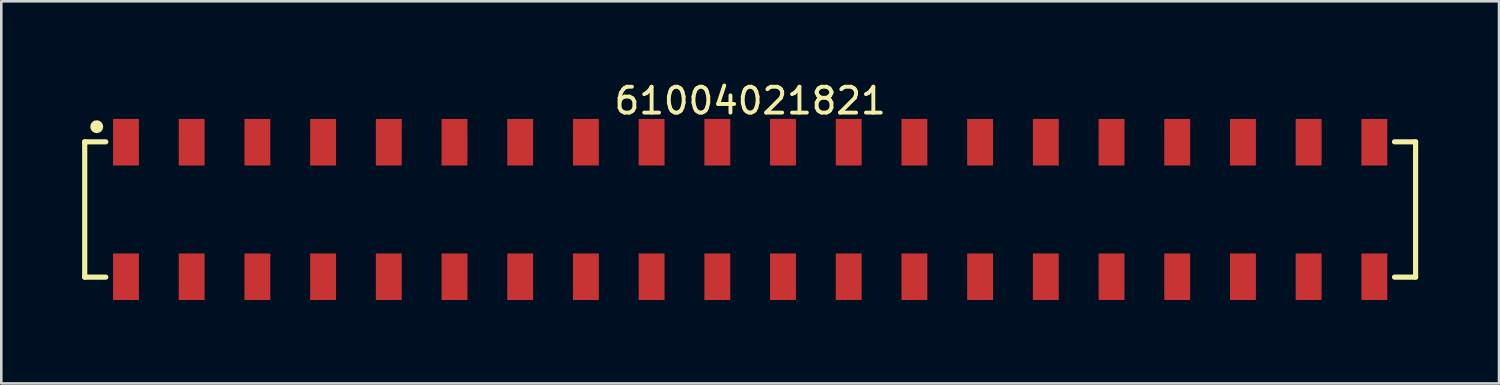
<source format=kicad_pcb>
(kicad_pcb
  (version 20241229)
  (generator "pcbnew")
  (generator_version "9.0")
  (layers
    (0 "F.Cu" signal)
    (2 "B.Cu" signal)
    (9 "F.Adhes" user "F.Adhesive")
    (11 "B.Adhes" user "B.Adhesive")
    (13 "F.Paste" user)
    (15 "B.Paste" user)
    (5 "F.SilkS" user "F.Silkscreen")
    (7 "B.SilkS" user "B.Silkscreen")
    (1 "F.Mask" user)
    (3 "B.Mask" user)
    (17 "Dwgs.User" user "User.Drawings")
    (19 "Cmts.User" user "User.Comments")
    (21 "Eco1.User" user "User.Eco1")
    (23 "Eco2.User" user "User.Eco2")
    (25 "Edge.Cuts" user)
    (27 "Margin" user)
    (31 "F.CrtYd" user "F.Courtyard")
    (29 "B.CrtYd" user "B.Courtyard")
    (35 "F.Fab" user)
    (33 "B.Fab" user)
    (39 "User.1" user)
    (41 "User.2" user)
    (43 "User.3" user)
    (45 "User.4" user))
  (footprint "61004021821"
    (layer "F.Cu")
    (at 25.95 5.048)
    (property "Reference" "61004021821" (at 0 -4.2 0) (layer "F.SilkS") (effects (font (size 1 1) (thickness 0.15))))
    (fp_line (start -25.725 -2.615) (end -24.91 -2.615) (stroke (width 0.2) (type solid)) (layer "F.SilkS"))
    (fp_line (start -25.725 2.615) (end -25.725 -2.615) (stroke (width 0.2) (type solid)) (layer "F.SilkS"))
    (fp_line (start -25.725 2.615) (end -24.91 2.615) (stroke (width 0.2) (type solid)) (layer "F.SilkS"))
    (fp_line (start 24.91 -2.615) (end 25.725 -2.615) (stroke (width 0.2) (type solid)) (layer "F.SilkS"))
    (fp_line (start 24.91 2.615) (end 25.725 2.615) (stroke (width 0.2) (type solid)) (layer "F.SilkS"))
    (fp_line (start 25.725 2.615) (end 25.725 -2.615) (stroke (width 0.2) (type solid)) (layer "F.SilkS"))
    (fp_circle (center -25.26 -3.2) (end -25.26 -3.325) (stroke (width 0.25) (type solid)) (fill no) (layer "F.SilkS"))
    (fp_line (start -25.925 -3.7) (end 25.925 -3.7) (stroke (width 0.05) (type solid)) (layer "Eco2.User"))
    (fp_line (start -25.925 3.7) (end -25.925 -3.7) (stroke (width 0.05) (type solid)) (layer "Eco2.User"))
    (fp_line (start -25.925 3.7) (end 25.925 3.7) (stroke (width 0.05) (type solid)) (layer "Eco2.User"))
    (fp_line (start -25.65 -2.54) (end 25.65 -2.54) (stroke (width 0.1) (type solid)) (layer "Eco2.User"))
    (fp_line (start -25.65 2.54) (end -25.65 -2.54) (stroke (width 0.1) (type solid)) (layer "Eco2.User"))
    (fp_line (start -25.65 2.54) (end 25.65 2.54) (stroke (width 0.1) (type solid)) (layer "Eco2.User"))
    (fp_line (start -24.45 -3.35) (end -23.81 -3.35) (stroke (width 0.1) (type solid)) (layer "Eco2.User"))
    (fp_line (start -24.45 -2.54) (end -24.45 -3.35) (stroke (width 0.1) (type solid)) (layer "Eco2.User"))
    (fp_line (start -24.45 3.35) (end -24.45 2.54) (stroke (width 0.1) (type solid)) (layer "Eco2.User"))
    (fp_line (start -24.45 3.35) (end -23.81 3.35) (stroke (width 0.1) (type solid)) (layer "Eco2.User"))
    (fp_line (start -23.81 -2.54) (end -23.81 -3.35) (stroke (width 0.1) (type solid)) (layer "Eco2.User"))
    (fp_line (start -23.81 3.35) (end -23.81 2.54) (stroke (width 0.1) (type solid)) (layer "Eco2.User"))
    (fp_line (start -21.91 -3.35) (end -21.27 -3.35) (stroke (width 0.1) (type solid)) (layer "Eco2.User"))
    (fp_line (start -21.91 -2.54) (end -21.91 -3.35) (stroke (width 0.1) (type solid)) (layer "Eco2.User"))
    (fp_line (start -21.91 3.35) (end -21.91 2.54) (stroke (width 0.1) (type solid)) (layer "Eco2.User"))
    (fp_line (start -21.91 3.35) (end -21.27 3.35) (stroke (width 0.1) (type solid)) (layer "Eco2.User"))
    (fp_line (start -21.27 -2.54) (end -21.27 -3.35) (stroke (width 0.1) (type solid)) (layer "Eco2.User"))
    (fp_line (start -21.27 3.35) (end -21.27 2.54) (stroke (width 0.1) (type solid)) (layer "Eco2.User"))
    (fp_line (start -19.37 -3.35) (end -18.73 -3.35) (stroke (width 0.1) (type solid)) (layer "Eco2.User"))
    (fp_line (start -19.37 -2.54) (end -19.37 -3.35) (stroke (width 0.1) (type solid)) (layer "Eco2.User"))
    (fp_line (start -19.37 3.35) (end -19.37 2.54) (stroke (width 0.1) (type solid)) (layer "Eco2.User"))
    (fp_line (start -19.37 3.35) (end -18.73 3.35) (stroke (width 0.1) (type solid)) (layer "Eco2.User"))
    (fp_line (start -18.73 -2.54) (end -18.73 -3.35) (stroke (width 0.1) (type solid)) (layer "Eco2.User"))
    (fp_line (start -18.73 3.35) (end -18.73 2.54) (stroke (width 0.1) (type solid)) (layer "Eco2.User"))
    (fp_line (start -16.83 -3.35) (end -16.19 -3.35) (stroke (width 0.1) (type solid)) (layer "Eco2.User"))
    (fp_line (start -16.83 -2.54) (end -16.83 -3.35) (stroke (width 0.1) (type solid)) (layer "Eco2.User"))
    (fp_line (start -16.83 3.35) (end -16.83 2.54) (stroke (width 0.1) (type solid)) (layer "Eco2.User"))
    (fp_line (start -16.83 3.35) (end -16.19 3.35) (stroke (width 0.1) (type solid)) (layer "Eco2.User"))
    (fp_line (start -16.19 -2.54) (end -16.19 -3.35) (stroke (width 0.1) (type solid)) (layer "Eco2.User"))
    (fp_line (start -16.19 3.35) (end -16.19 2.54) (stroke (width 0.1) (type solid)) (layer "Eco2.User"))
    (fp_line (start -14.29 -3.35) (end -13.65 -3.35) (stroke (width 0.1) (type solid)) (layer "Eco2.User"))
    (fp_line (start -14.29 -2.54) (end -14.29 -3.35) (stroke (width 0.1) (type solid)) (layer "Eco2.User"))
    (fp_line (start -14.29 3.35) (end -14.29 2.54) (stroke (width 0.1) (type solid)) (layer "Eco2.User"))
    (fp_line (start -14.29 3.35) (end -13.65 3.35) (stroke (width 0.1) (type solid)) (layer "Eco2.User"))
    (fp_line (start -13.65 -2.54) (end -13.65 -3.35) (stroke (width 0.1) (type solid)) (layer "Eco2.User"))
    (fp_line (start -13.65 3.35) (end -13.65 2.54) (stroke (width 0.1) (type solid)) (layer "Eco2.User"))
    (fp_line (start -11.75 -3.35) (end -11.11 -3.35) (stroke (width 0.1) (type solid)) (layer "Eco2.User"))
    (fp_line (start -11.75 -2.54) (end -11.75 -3.35) (stroke (width 0.1) (type solid)) (layer "Eco2.User"))
    (fp_line (start -11.75 3.35) (end -11.75 2.54) (stroke (width 0.1) (type solid)) (layer "Eco2.User"))
    (fp_line (start -11.75 3.35) (end -11.11 3.35) (stroke (width 0.1) (type solid)) (layer "Eco2.User"))
    (fp_line (start -11.11 -2.54) (end -11.11 -3.35) (stroke (width 0.1) (type solid)) (layer "Eco2.User"))
    (fp_line (start -11.11 3.35) (end -11.11 2.54) (stroke (width 0.1) (type solid)) (layer "Eco2.User"))
    (fp_line (start -9.21 -3.35) (end -8.57 -3.35) (stroke (width 0.1) (type solid)) (layer "Eco2.User"))
    (fp_line (start -9.21 -2.54) (end -9.21 -3.35) (stroke (width 0.1) (type solid)) (layer "Eco2.User"))
    (fp_line (start -9.21 3.35) (end -9.21 2.54) (stroke (width 0.1) (type solid)) (layer "Eco2.User"))
    (fp_line (start -9.21 3.35) (end -8.57 3.35) (stroke (width 0.1) (type solid)) (layer "Eco2.User"))
    (fp_line (start -8.57 -2.54) (end -8.57 -3.35) (stroke (width 0.1) (type solid)) (layer "Eco2.User"))
    (fp_line (start -8.57 3.35) (end -8.57 2.54) (stroke (width 0.1) (type solid)) (layer "Eco2.User"))
    (fp_line (start -6.67 -3.35) (end -6.03 -3.35) (stroke (width 0.1) (type solid)) (layer "Eco2.User"))
    (fp_line (start -6.67 -2.54) (end -6.67 -3.35) (stroke (width 0.1) (type solid)) (layer "Eco2.User"))
    (fp_line (start -6.67 3.35) (end -6.67 2.54) (stroke (width 0.1) (type solid)) (layer "Eco2.User"))
    (fp_line (start -6.67 3.35) (end -6.03 3.35) (stroke (width 0.1) (type solid)) (layer "Eco2.User"))
    (fp_line (start -6.03 -2.54) (end -6.03 -3.35) (stroke (width 0.1) (type solid)) (layer "Eco2.User"))
    (fp_line (start -6.03 3.35) (end -6.03 2.54) (stroke (width 0.1) (type solid)) (layer "Eco2.User"))
    (fp_line (start -4.13 -3.35) (end -3.49 -3.35) (stroke (width 0.1) (type solid)) (layer "Eco2.User"))
    (fp_line (start -4.13 -2.54) (end -4.13 -3.35) (stroke (width 0.1) (type solid)) (layer "Eco2.User"))
    (fp_line (start -4.13 3.35) (end -4.13 2.54) (stroke (width 0.1) (type solid)) (layer "Eco2.User"))
    (fp_line (start -4.13 3.35) (end -3.49 3.35) (stroke (width 0.1) (type solid)) (layer "Eco2.User"))
    (fp_line (start -3.49 -2.54) (end -3.49 -3.35) (stroke (width 0.1) (type solid)) (layer "Eco2.User"))
    (fp_line (start -3.49 3.35) (end -3.49 2.54) (stroke (width 0.1) (type solid)) (layer "Eco2.User"))
    (fp_line (start -1.59 -3.35) (end -0.95 -3.35) (stroke (width 0.1) (type solid)) (layer "Eco2.User"))
    (fp_line (start -1.59 -2.54) (end -1.59 -3.35) (stroke (width 0.1) (type solid)) (layer "Eco2.User"))
    (fp_line (start -1.59 3.35) (end -1.59 2.54) (stroke (width 0.1) (type solid)) (layer "Eco2.User"))
    (fp_line (start -1.59 3.35) (end -0.95 3.35) (stroke (width 0.1) (type solid)) (layer "Eco2.User"))
    (fp_line (start -0.95 -2.54) (end -0.95 -3.35) (stroke (width 0.1) (type solid)) (layer "Eco2.User"))
    (fp_line (start -0.95 3.35) (end -0.95 2.54) (stroke (width 0.1) (type solid)) (layer "Eco2.User"))
    (fp_line (start -0.5 0) (end 0.5 0) (stroke (width 0.05) (type solid)) (layer "Eco2.User"))
    (fp_line (start 0 0.5) (end 0 -0.5) (stroke (width 0.05) (type solid)) (layer "Eco2.User"))
    (fp_line (start 0.95 -3.35) (end 1.59 -3.35) (stroke (width 0.1) (type solid)) (layer "Eco2.User"))
    (fp_line (start 0.95 -2.54) (end 0.95 -3.35) (stroke (width 0.1) (type solid)) (layer "Eco2.User"))
    (fp_line (start 0.95 3.35) (end 0.95 2.54) (stroke (width 0.1) (type solid)) (layer "Eco2.User"))
    (fp_line (start 0.95 3.35) (end 1.59 3.35) (stroke (width 0.1) (type solid)) (layer "Eco2.User"))
    (fp_line (start 1.59 -2.54) (end 1.59 -3.35) (stroke (width 0.1) (type solid)) (layer "Eco2.User"))
    (fp_line (start 1.59 3.35) (end 1.59 2.54) (stroke (width 0.1) (type solid)) (layer "Eco2.User"))
    (fp_line (start 3.49 -3.35) (end 4.13 -3.35) (stroke (width 0.1) (type solid)) (layer "Eco2.User"))
    (fp_line (start 3.49 -2.54) (end 3.49 -3.35) (stroke (width 0.1) (type solid)) (layer "Eco2.User"))
    (fp_line (start 3.49 3.35) (end 3.49 2.54) (stroke (width 0.1) (type solid)) (layer "Eco2.User"))
    (fp_line (start 3.49 3.35) (end 4.13 3.35) (stroke (width 0.1) (type solid)) (layer "Eco2.User"))
    (fp_line (start 4.13 -2.54) (end 4.13 -3.35) (stroke (width 0.1) (type solid)) (layer "Eco2.User"))
    (fp_line (start 4.13 3.35) (end 4.13 2.54) (stroke (width 0.1) (type solid)) (layer "Eco2.User"))
    (fp_line (start 6.03 -3.35) (end 6.67 -3.35) (stroke (width 0.1) (type solid)) (layer "Eco2.User"))
    (fp_line (start 6.03 -2.54) (end 6.03 -3.35) (stroke (width 0.1) (type solid)) (layer "Eco2.User"))
    (fp_line (start 6.03 3.35) (end 6.03 2.54) (stroke (width 0.1) (type solid)) (layer "Eco2.User"))
    (fp_line (start 6.03 3.35) (end 6.67 3.35) (stroke (width 0.1) (type solid)) (layer "Eco2.User"))
    (fp_line (start 6.67 -2.54) (end 6.67 -3.35) (stroke (width 0.1) (type solid)) (layer "Eco2.User"))
    (fp_line (start 6.67 3.35) (end 6.67 2.54) (stroke (width 0.1) (type solid)) (layer "Eco2.User"))
    (fp_line (start 8.57 -3.35) (end 9.21 -3.35) (stroke (width 0.1) (type solid)) (layer "Eco2.User"))
    (fp_line (start 8.57 -2.54) (end 8.57 -3.35) (stroke (width 0.1) (type solid)) (layer "Eco2.User"))
    (fp_line (start 8.57 3.35) (end 8.57 2.54) (stroke (width 0.1) (type solid)) (layer "Eco2.User"))
    (fp_line (start 8.57 3.35) (end 9.21 3.35) (stroke (width 0.1) (type solid)) (layer "Eco2.User"))
    (fp_line (start 9.21 -2.54) (end 9.21 -3.35) (stroke (width 0.1) (type solid)) (layer "Eco2.User"))
    (fp_line (start 9.21 3.35) (end 9.21 2.54) (stroke (width 0.1) (type solid)) (layer "Eco2.User"))
    (fp_line (start 11.11 -3.35) (end 11.75 -3.35) (stroke (width 0.1) (type solid)) (layer "Eco2.User"))
    (fp_line (start 11.11 -2.54) (end 11.11 -3.35) (stroke (width 0.1) (type solid)) (layer "Eco2.User"))
    (fp_line (start 11.11 3.35) (end 11.11 2.54) (stroke (width 0.1) (type solid)) (layer "Eco2.User"))
    (fp_line (start 11.11 3.35) (end 11.75 3.35) (stroke (width 0.1) (type solid)) (layer "Eco2.User"))
    (fp_line (start 11.75 -2.54) (end 11.75 -3.35) (stroke (width 0.1) (type solid)) (layer "Eco2.User"))
    (fp_line (start 11.75 3.35) (end 11.75 2.54) (stroke (width 0.1) (type solid)) (layer "Eco2.User"))
    (fp_line (start 13.65 -3.35) (end 14.29 -3.35) (stroke (width 0.1) (type solid)) (layer "Eco2.User"))
    (fp_line (start 13.65 -2.54) (end 13.65 -3.35) (stroke (width 0.1) (type solid)) (layer "Eco2.User"))
    (fp_line (start 13.65 3.35) (end 13.65 2.54) (stroke (width 0.1) (type solid)) (layer "Eco2.User"))
    (fp_line (start 13.65 3.35) (end 14.29 3.35) (stroke (width 0.1) (type solid)) (layer "Eco2.User"))
    (fp_line (start 14.29 -2.54) (end 14.29 -3.35) (stroke (width 0.1) (type solid)) (layer "Eco2.User"))
    (fp_line (start 14.29 3.35) (end 14.29 2.54) (stroke (width 0.1) (type solid)) (layer "Eco2.User"))
    (fp_line (start 16.19 -3.35) (end 16.83 -3.35) (stroke (width 0.1) (type solid)) (layer "Eco2.User"))
    (fp_line (start 16.19 -2.54) (end 16.19 -3.35) (stroke (width 0.1) (type solid)) (layer "Eco2.User"))
    (fp_line (start 16.19 3.35) (end 16.19 2.54) (stroke (width 0.1) (type solid)) (layer "Eco2.User"))
    (fp_line (start 16.19 3.35) (end 16.83 3.35) (stroke (width 0.1) (type solid)) (layer "Eco2.User"))
    (fp_line (start 16.83 -2.54) (end 16.83 -3.35) (stroke (width 0.1) (type solid)) (layer "Eco2.User"))
    (fp_line (start 16.83 3.35) (end 16.83 2.54) (stroke (width 0.1) (type solid)) (layer "Eco2.User"))
    (fp_line (start 18.73 -3.35) (end 19.37 -3.35) (stroke (width 0.1) (type solid)) (layer "Eco2.User"))
    (fp_line (start 18.73 -2.54) (end 18.73 -3.35) (stroke (width 0.1) (type solid)) (layer "Eco2.User"))
    (fp_line (start 18.73 3.35) (end 18.73 2.54) (stroke (width 0.1) (type solid)) (layer "Eco2.User"))
    (fp_line (start 18.73 3.35) (end 19.37 3.35) (stroke (width 0.1) (type solid)) (layer "Eco2.User"))
    (fp_line (start 19.37 -2.54) (end 19.37 -3.35) (stroke (width 0.1) (type solid)) (layer "Eco2.User"))
    (fp_line (start 19.37 3.35) (end 19.37 2.54) (stroke (width 0.1) (type solid)) (layer "Eco2.User"))
    (fp_line (start 21.27 -3.35) (end 21.91 -3.35) (stroke (width 0.1) (type solid)) (layer "Eco2.User"))
    (fp_line (start 21.27 -2.54) (end 21.27 -3.35) (stroke (width 0.1) (type solid)) (layer "Eco2.User"))
    (fp_line (start 21.27 3.35) (end 21.27 2.54) (stroke (width 0.1) (type solid)) (layer "Eco2.User"))
    (fp_line (start 21.27 3.35) (end 21.91 3.35) (stroke (width 0.1) (type solid)) (layer "Eco2.User"))
    (fp_line (start 21.91 -2.54) (end 21.91 -3.35) (stroke (width 0.1) (type solid)) (layer "Eco2.User"))
    (fp_line (start 21.91 3.35) (end 21.91 2.54) (stroke (width 0.1) (type solid)) (layer "Eco2.User"))
    (fp_line (start 23.81 -3.35) (end 24.45 -3.35) (stroke (width 0.1) (type solid)) (layer "Eco2.User"))
    (fp_line (start 23.81 -2.54) (end 23.81 -3.35) (stroke (width 0.1) (type solid)) (layer "Eco2.User"))
    (fp_line (start 23.81 3.35) (end 23.81 2.54) (stroke (width 0.1) (type solid)) (layer "Eco2.User"))
    (fp_line (start 23.81 3.35) (end 24.45 3.35) (stroke (width 0.1) (type solid)) (layer "Eco2.User"))
    (fp_line (start 24.45 -2.54) (end 24.45 -3.35) (stroke (width 0.1) (type solid)) (layer "Eco2.User"))
    (fp_line (start 24.45 3.35) (end 24.45 2.54) (stroke (width 0.1) (type solid)) (layer "Eco2.User"))
    (fp_line (start 25.65 2.54) (end 25.65 -2.54) (stroke (width 0.1) (type solid)) (layer "Eco2.User"))
    (fp_line (start 25.925 3.7) (end 25.925 -3.7) (stroke (width 0.05) (type solid)) (layer "Eco2.User"))
    (fp_text user "${REFERENCE}" (at 0.15 -0.197 0) (unlocked yes) (layer "User.3") (effects (font (size 1.5 1.5) (thickness 0.15))))
    (pad "1" smd rect (at -24.13 -2.6) (size 1 1.8) (layers "F.Cu" "F.Mask" "F.Paste"))
    (pad "2" smd rect (at -24.13 2.6) (size 1 1.8) (layers "F.Cu" "F.Mask" "F.Paste"))
    (pad "3" smd rect (at -21.59 -2.6) (size 1 1.8) (layers "F.Cu" "F.Mask" "F.Paste"))
    (pad "4" smd rect (at -21.59 2.6) (size 1 1.8) (layers "F.Cu" "F.Mask" "F.Paste"))
    (pad "5" smd rect (at -19.05 -2.6) (size 1 1.8) (layers "F.Cu" "F.Mask" "F.Paste"))
    (pad "6" smd rect (at -19.05 2.6) (size 1 1.8) (layers "F.Cu" "F.Mask" "F.Paste"))
    (pad "7" smd rect (at -16.51 -2.6) (size 1 1.8) (layers "F.Cu" "F.Mask" "F.Paste"))
    (pad "8" smd rect (at -16.51 2.6) (size 1 1.8) (layers "F.Cu" "F.Mask" "F.Paste"))
    (pad "9" smd rect (at -13.97 -2.6) (size 1 1.8) (layers "F.Cu" "F.Mask" "F.Paste"))
    (pad "10" smd rect (at -13.97 2.6) (size 1 1.8) (layers "F.Cu" "F.Mask" "F.Paste"))
    (pad "11" smd rect (at -11.43 -2.6) (size 1 1.8) (layers "F.Cu" "F.Mask" "F.Paste"))
    (pad "12" smd rect (at -11.43 2.6) (size 1 1.8) (layers "F.Cu" "F.Mask" "F.Paste"))
    (pad "13" smd rect (at -8.89 -2.6) (size 1 1.8) (layers "F.Cu" "F.Mask" "F.Paste"))
    (pad "14" smd rect (at -8.89 2.6) (size 1 1.8) (layers "F.Cu" "F.Mask" "F.Paste"))
    (pad "15" smd rect (at -6.35 -2.6) (size 1 1.8) (layers "F.Cu" "F.Mask" "F.Paste"))
    (pad "16" smd rect (at -6.35 2.6) (size 1 1.8) (layers "F.Cu" "F.Mask" "F.Paste"))
    (pad "17" smd rect (at -3.81 -2.6) (size 1 1.8) (layers "F.Cu" "F.Mask" "F.Paste"))
    (pad "18" smd rect (at -3.81 2.6) (size 1 1.8) (layers "F.Cu" "F.Mask" "F.Paste"))
    (pad "19" smd rect (at -1.27 -2.6) (size 1 1.8) (layers "F.Cu" "F.Mask" "F.Paste"))
    (pad "20" smd rect (at -1.27 2.6) (size 1 1.8) (layers "F.Cu" "F.Mask" "F.Paste"))
    (pad "21" smd rect (at 1.27 -2.6) (size 1 1.8) (layers "F.Cu" "F.Mask" "F.Paste"))
    (pad "22" smd rect (at 1.27 2.6) (size 1 1.8) (layers "F.Cu" "F.Mask" "F.Paste"))
    (pad "23" smd rect (at 3.81 -2.6) (size 1 1.8) (layers "F.Cu" "F.Mask" "F.Paste"))
    (pad "24" smd rect (at 3.81 2.6) (size 1 1.8) (layers "F.Cu" "F.Mask" "F.Paste"))
    (pad "25" smd rect (at 6.35 -2.6) (size 1 1.8) (layers "F.Cu" "F.Mask" "F.Paste"))
    (pad "26" smd rect (at 6.35 2.6) (size 1 1.8) (layers "F.Cu" "F.Mask" "F.Paste"))
    (pad "27" smd rect (at 8.89 -2.6) (size 1 1.8) (layers "F.Cu" "F.Mask" "F.Paste"))
    (pad "28" smd rect (at 8.89 2.6) (size 1 1.8) (layers "F.Cu" "F.Mask" "F.Paste"))
    (pad "29" smd rect (at 11.43 -2.6) (size 1 1.8) (layers "F.Cu" "F.Mask" "F.Paste"))
    (pad "30" smd rect (at 11.43 2.6) (size 1 1.8) (layers "F.Cu" "F.Mask" "F.Paste"))
    (pad "31" smd rect (at 13.97 -2.6) (size 1 1.8) (layers "F.Cu" "F.Mask" "F.Paste"))
    (pad "32" smd rect (at 13.97 2.6) (size 1 1.8) (layers "F.Cu" "F.Mask" "F.Paste"))
    (pad "33" smd rect (at 16.51 -2.6) (size 1 1.8) (layers "F.Cu" "F.Mask" "F.Paste"))
    (pad "34" smd rect (at 16.51 2.6) (size 1 1.8) (layers "F.Cu" "F.Mask" "F.Paste"))
    (pad "35" smd rect (at 19.05 -2.6) (size 1 1.8) (layers "F.Cu" "F.Mask" "F.Paste"))
    (pad "36" smd rect (at 19.05 2.6) (size 1 1.8) (layers "F.Cu" "F.Mask" "F.Paste"))
    (pad "37" smd rect (at 21.59 -2.6) (size 1 1.8) (layers "F.Cu" "F.Mask" "F.Paste"))
    (pad "38" smd rect (at 21.59 2.6) (size 1 1.8) (layers "F.Cu" "F.Mask" "F.Paste"))
    (pad "39" smd rect (at 24.13 -2.6) (size 1 1.8) (layers "F.Cu" "F.Mask" "F.Paste"))
    (pad "40" smd rect (at 24.13 2.6) (size 1 1.8) (layers "F.Cu" "F.Mask" "F.Paste")))
  (gr_rect
    (start -3 -3)
    (end 54.9 11.773)
    (stroke (width 0.1) (type default))
    (fill no)
    (layer "Edge.Cuts")))
</source>
